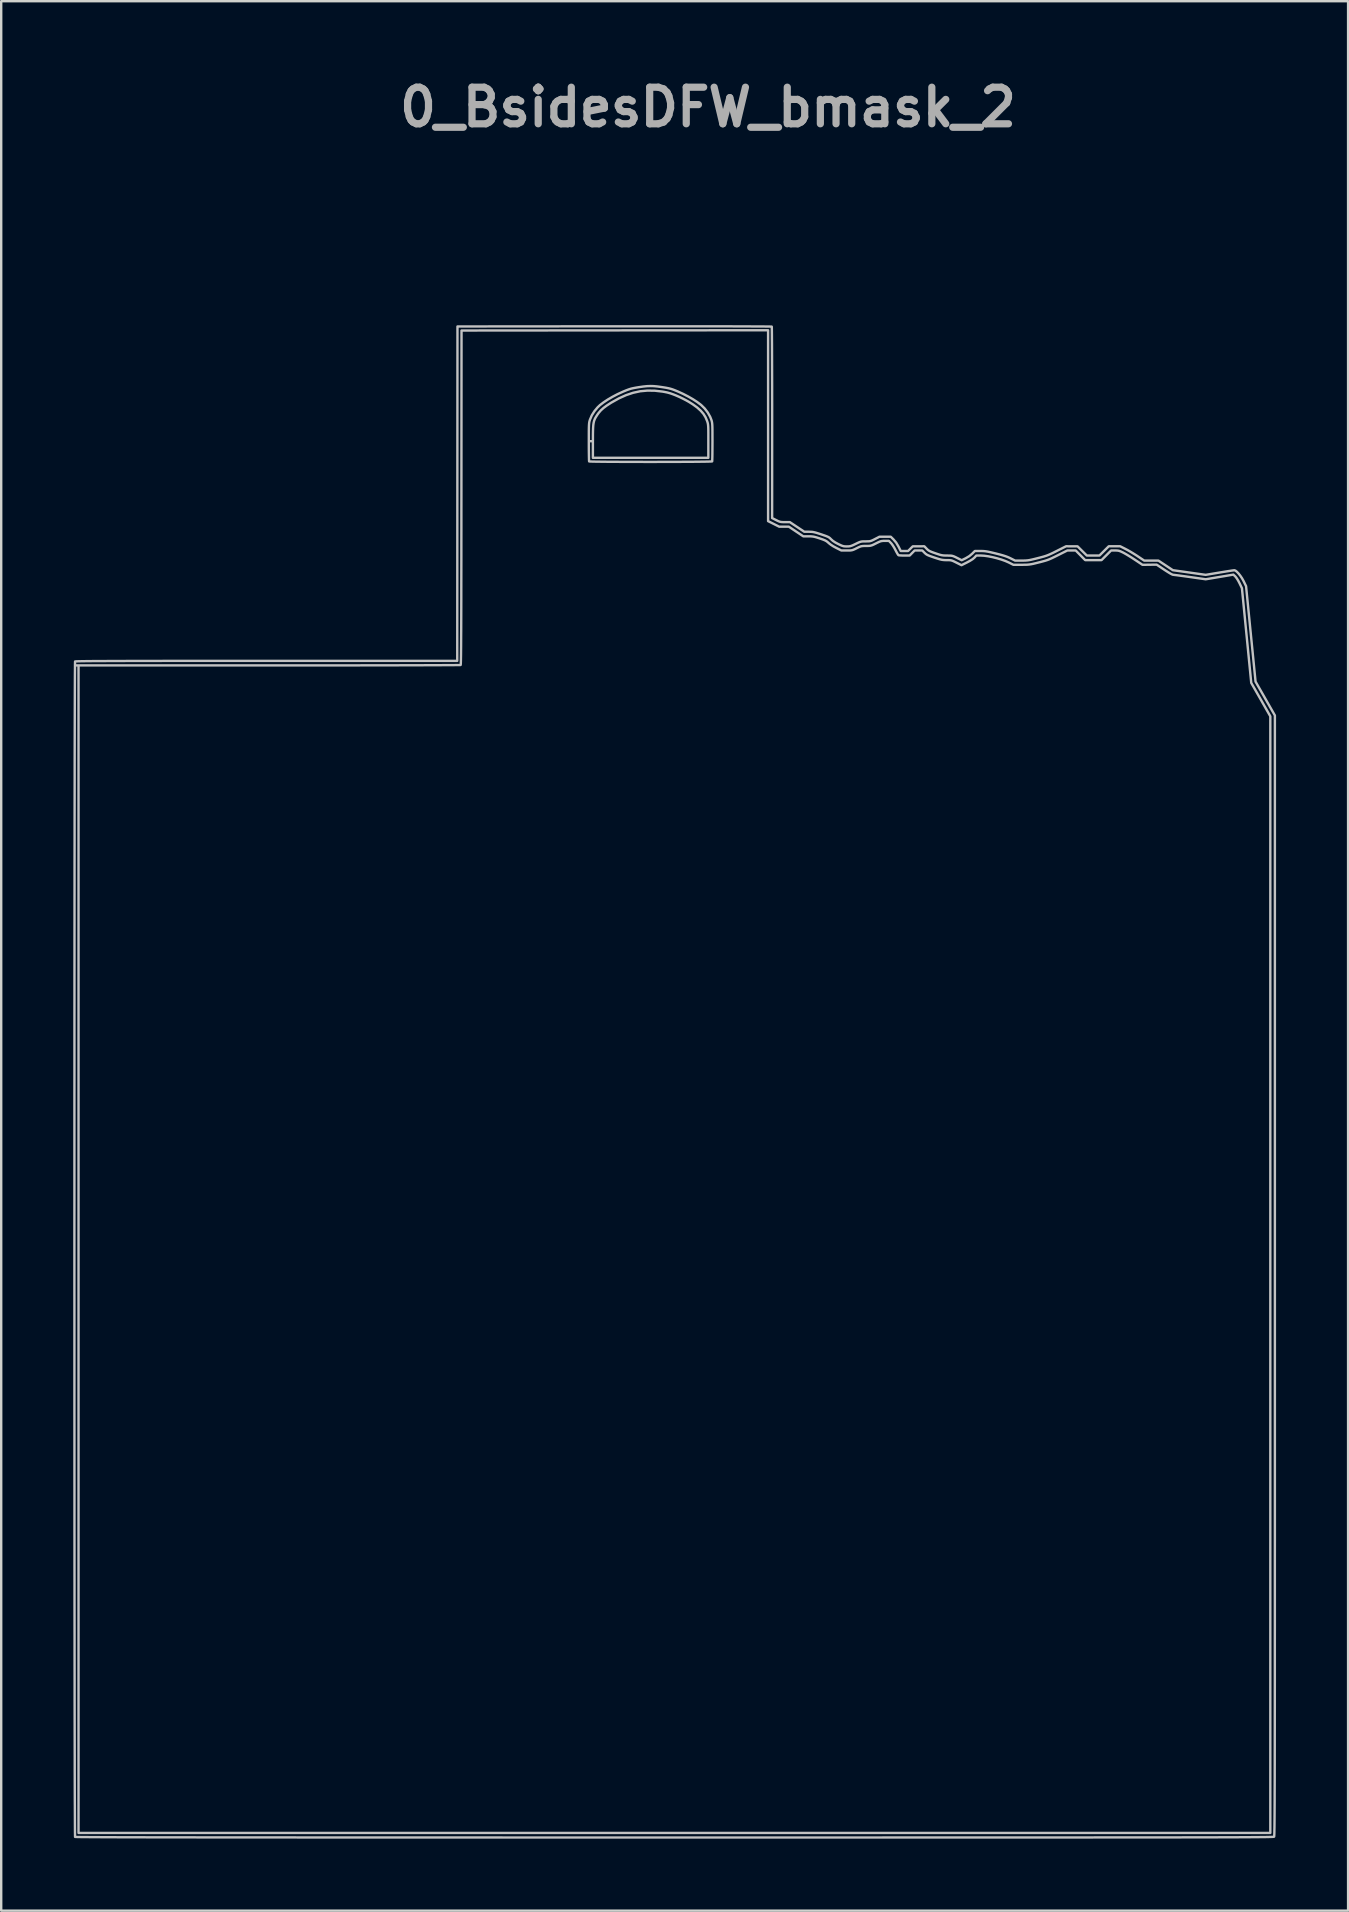
<source format=kicad_pcb>
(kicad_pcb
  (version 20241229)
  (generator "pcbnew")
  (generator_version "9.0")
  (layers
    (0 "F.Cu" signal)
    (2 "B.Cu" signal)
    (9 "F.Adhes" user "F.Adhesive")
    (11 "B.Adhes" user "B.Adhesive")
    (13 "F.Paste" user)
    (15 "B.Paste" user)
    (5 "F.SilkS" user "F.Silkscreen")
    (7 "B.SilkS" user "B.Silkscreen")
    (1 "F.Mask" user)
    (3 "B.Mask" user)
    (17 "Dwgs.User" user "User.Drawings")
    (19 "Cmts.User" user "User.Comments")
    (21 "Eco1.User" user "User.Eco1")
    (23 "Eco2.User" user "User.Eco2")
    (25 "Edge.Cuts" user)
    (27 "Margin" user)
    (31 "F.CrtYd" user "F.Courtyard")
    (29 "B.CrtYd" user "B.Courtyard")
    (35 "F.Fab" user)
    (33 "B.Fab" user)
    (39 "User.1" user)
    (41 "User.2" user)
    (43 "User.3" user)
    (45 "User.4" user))
  (footprint "0_BsidesDFW_bmask_2"
    (layer "F.Cu")
    (at 25.052 42.018)
    (property "Reference" "0_BsidesDFW_bmask_2" (at 1.4 -40.6 0) (layer "F.Fab") (effects (font (size 1.524 1.524) (thickness 0.3))))
    (attr board_only exclude_from_pos_files exclude_from_bom)
    (fp_poly (pts (xy 11.366 -18.604) (xy 11.414 -18.603) (xy 11.424 -18.603) (xy 11.423 -18.581) (xy 11.415 -18.521) (xy 11.402 -18.428) (xy 11.384 -18.306) (xy 11.362 -18.158) (xy 11.336 -17.989) (xy 11.307 -17.803) (xy 11.276 -17.605) (xy 11.245 -17.406) (xy 11.216 -17.22) (xy 11.19 -17.051) (xy 11.168 -16.904) (xy 11.15 -16.781) (xy 11.137 -16.688) (xy 11.129 -16.629) (xy 11.128 -16.607) (xy 11.149 -16.608) (xy 11.206 -16.613) (xy 11.29 -16.623) (xy 11.395 -16.635) (xy 11.514 -16.65) (xy 11.639 -16.666) (xy 11.765 -16.682) (xy 11.883 -16.697) (xy 11.986 -16.711) (xy 12.069 -16.723) (xy 12.123 -16.732) (xy 12.142 -16.736) (xy 12.151 -16.755) (xy 12.177 -16.809) (xy 12.217 -16.892) (xy 12.27 -17.002) (xy 12.334 -17.135) (xy 12.407 -17.286) (xy 12.486 -17.452) (xy 12.542 -17.568) (xy 12.643 -17.777) (xy 12.727 -17.949) (xy 12.796 -18.089) (xy 12.852 -18.197) (xy 12.894 -18.277) (xy 12.926 -18.331) (xy 12.948 -18.362) (xy 12.961 -18.371) (xy 12.965 -18.37) (xy 12.978 -18.349) (xy 13.009 -18.296) (xy 13.055 -18.215) (xy 13.115 -18.111) (xy 13.185 -17.988) (xy 13.262 -17.852) (xy 13.345 -17.707) (xy 13.43 -17.557) (xy 13.515 -17.406) (xy 13.598 -17.26) (xy 13.675 -17.124) (xy 13.744 -17) (xy 13.803 -16.895) (xy 13.849 -16.813) (xy 13.879 -16.758) (xy 13.89 -16.737) (xy 13.911 -16.733) (xy 13.969 -16.726) (xy 14.059 -16.714) (xy 14.178 -16.698) (xy 14.32 -16.68) (xy 14.482 -16.66) (xy 14.657 -16.638) (xy 14.683 -16.634) (xy 14.861 -16.612) (xy 15.024 -16.592) (xy 15.17 -16.573) (xy 15.292 -16.557) (xy 15.387 -16.545) (xy 15.45 -16.536) (xy 15.477 -16.532) (xy 15.477 -16.532) (xy 15.496 -16.505) (xy 15.533 -16.45) (xy 15.582 -16.374) (xy 15.64 -16.281) (xy 15.704 -16.18) (xy 15.769 -16.077) (xy 15.83 -15.976) (xy 15.885 -15.886) (xy 15.93 -15.813) (xy 15.959 -15.762) (xy 15.97 -15.74) (xy 15.97 -15.74) (xy 15.956 -15.72) (xy 15.916 -15.673) (xy 15.854 -15.602) (xy 15.773 -15.513) (xy 15.676 -15.407) (xy 15.566 -15.29) (xy 15.479 -15.198) (xy 15.348 -15.059) (xy 15.234 -14.935) (xy 15.14 -14.829) (xy 15.067 -14.745) (xy 15.018 -14.684) (xy 14.995 -14.65) (xy 14.994 -14.645) (xy 14.998 -14.617) (xy 15.008 -14.553) (xy 15.024 -14.454) (xy 15.044 -14.327) (xy 15.069 -14.174) (xy 15.097 -13.999) (xy 15.128 -13.808) (xy 15.16 -13.603) (xy 15.169 -13.547) (xy 15.202 -13.341) (xy 15.233 -13.148) (xy 15.26 -12.971) (xy 15.284 -12.815) (xy 15.304 -12.684) (xy 15.319 -12.581) (xy 15.328 -12.511) (xy 15.331 -12.478) (xy 15.331 -12.476) (xy 15.311 -12.483) (xy 15.256 -12.508) (xy 15.172 -12.547) (xy 15.06 -12.601) (xy 14.925 -12.667) (xy 14.77 -12.743) (xy 14.599 -12.827) (xy 14.415 -12.918) (xy 14.361 -12.945) (xy 13.402 -13.423) (xy 11.833 -12.603) (xy 10.263 -11.782) (xy 9.89 -10.295) (xy 9.828 -10.051) (xy 9.77 -9.817) (xy 9.715 -9.598) (xy 9.664 -9.396) (xy 9.619 -9.216) (xy 9.58 -9.06) (xy 9.548 -8.932) (xy 9.524 -8.835) (xy 9.509 -8.773) (xy 9.503 -8.75) (xy 9.49 -8.692) (xy 12.858 -8.692) (xy 13.306 -8.692) (xy 13.714 -8.692) (xy 14.087 -8.692) (xy 14.428 -8.692) (xy 14.739 -8.693) (xy 15.025 -8.694) (xy 15.288 -8.695) (xy 15.532 -8.696) (xy 15.76 -8.698) (xy 15.976 -8.7) (xy 16.182 -8.702) (xy 16.383 -8.705) (xy 16.58 -8.708) (xy 16.778 -8.712) (xy 16.98 -8.716) (xy 17.19 -8.721) (xy 17.409 -8.727) (xy 17.643 -8.733) (xy 17.893 -8.74) (xy 18.163 -8.748) (xy 18.403 -8.755) (xy 20.579 -8.819) (xy 21.385 -8.651) (xy 22.19 -8.484) (xy 22.63 -8.23) (xy 22.773 -8.146) (xy 22.886 -8.078) (xy 22.977 -8.021) (xy 23.053 -7.968) (xy 23.12 -7.916) (xy 23.186 -7.86) (xy 23.258 -7.793) (xy 23.305 -7.748) (xy 23.542 -7.521) (xy 23.575 -4.715) (xy 23.608 -1.909) (xy 23.201 -0.791) (xy 22.67 -0.211) (xy 22.139 0.369) (xy 21.929 0.447) (xy 21.841 0.48) (xy 21.724 0.522) (xy 21.589 0.571) (xy 21.445 0.623) (xy 21.307 0.673) (xy 21.162 0.725) (xy 20.99 0.787) (xy 20.804 0.855) (xy 20.617 0.923) (xy 20.441 0.987) (xy 20.39 1.006) (xy 19.883 1.192) (xy 18.333 1.192) (xy 18.233 1.192) (xy 18.093 1.192) (xy 17.912 1.192) (xy 17.693 1.192) (xy 17.436 1.192) (xy 17.142 1.192) (xy 16.813 1.192) (xy 16.45 1.191) (xy 16.053 1.191) (xy 15.625 1.191) (xy 15.165 1.191) (xy 14.676 1.191) (xy 14.157 1.19) (xy 13.612 1.19) (xy 13.039 1.19) (xy 12.442 1.189) (xy 11.82 1.189) (xy 11.175 1.189) (xy 10.508 1.188) (xy 9.82 1.188) (xy 9.113 1.187) (xy 8.387 1.187) (xy 7.643 1.186) (xy 6.883 1.186) (xy 6.108 1.186) (xy 5.318 1.185) (xy 4.516 1.185) (xy 3.702 1.184) (xy 2.877 1.184) (xy 2.042 1.183) (xy 1.199 1.182) (xy 0.348 1.182) (xy -0.137 1.182) (xy -17.056 1.171) (xy -17.731 1.035) (xy -18.407 0.898) (xy -19.181 0.444) (xy -19.955 -0.011) (xy -21.248 -1.35) (xy -22.542 -2.69) (xy -23.905 -5.533) (xy -24.073 -6.504) (xy -24.241 -7.476) (xy -24.052 -8.5) (xy -23.996 -8.8) (xy -23.934 -9.135) (xy -23.867 -9.502) (xy -23.794 -9.894) (xy -23.718 -10.307) (xy -23.639 -10.735) (xy -23.558 -11.174) (xy -23.476 -11.618) (xy -23.394 -12.061) (xy -23.313 -12.499) (xy -23.235 -12.926) (xy -23.159 -13.338) (xy -23.087 -13.728) (xy -23.02 -14.092) (xy -22.958 -14.425) (xy -22.946 -14.493) (xy -22.707 -15.791) (xy -20.417 -15.796) (xy -18.127 -15.801) (xy -17.563 -15.685) (xy -16.998 -15.569) (xy -16.584 -15.354) (xy -16.449 -15.284) (xy -16.344 -15.227) (xy -16.26 -15.18) (xy -16.192 -15.136) (xy -16.13 -15.091) (xy -16.067 -15.038) (xy -15.995 -14.973) (xy -15.907 -14.89) (xy -15.896 -14.88) (xy -15.622 -14.62) (xy -15.379 -14.62) (xy -15.284 -14.619) (xy -15.157 -14.618) (xy -15.008 -14.615) (xy -14.849 -14.612) (xy -14.691 -14.608) (xy -14.651 -14.607) (xy -14.166 -14.595) (xy -13.829 -14.857) (xy -13.703 -14.953) (xy -13.587 -15.037) (xy -13.472 -15.115) (xy -13.347 -15.193) (xy -13.205 -15.276) (xy -13.036 -15.372) (xy -13.006 -15.388) (xy -12.521 -15.657) (xy -11.751 -15.92) (xy -10.981 -16.183) (xy -10.253 -16.279) (xy -9.525 -16.375) (xy -8.702 -16.308) (xy -7.879 -16.24) (xy -7.215 -16.042) (xy -6.55 -15.843) (xy -4.028 -15.843) (xy -4.039 -16.682) (xy -4.042 -16.892) (xy -4.046 -17.11) (xy -4.049 -17.328) (xy -4.053 -17.538) (xy -4.056 -17.73) (xy -4.059 -17.896) (xy -4.062 -18.009) (xy -4.072 -18.497) (xy -3.455 -18.509) (xy -3.38 -18.511) (xy -3.267 -18.512) (xy -3.118 -18.514) (xy -2.934 -18.515) (xy -2.719 -18.517) (xy -2.472 -18.52) (xy -2.197 -18.522) (xy -1.896 -18.524) (xy -1.569 -18.527) (xy -1.218 -18.529) (xy -0.847 -18.532) (xy -0.456 -18.535) (xy -0.047 -18.538) (xy 0.378 -18.541) (xy 0.817 -18.544) (xy 1.268 -18.547) (xy 1.73 -18.55) (xy 2.2 -18.553) (xy 2.676 -18.556) (xy 3.158 -18.56) (xy 3.643 -18.563) (xy 4.129 -18.566) (xy 4.614 -18.569) (xy 5.097 -18.572) (xy 5.575 -18.575) (xy 6.048 -18.578) (xy 6.512 -18.58) (xy 6.967 -18.583) (xy 7.41 -18.586) (xy 7.84 -18.588) (xy 8.254 -18.591) (xy 8.651 -18.593) (xy 9.029 -18.595) (xy 9.387 -18.597) (xy 9.722 -18.598) (xy 10.032 -18.6) (xy 10.316 -18.601) (xy 10.572 -18.602) (xy 10.798 -18.603) (xy 10.992 -18.604) (xy 11.153 -18.604) (xy 11.278 -18.604)) (stroke (width 0) (type solid)) (fill yes) (layer "B.Mask"))
    (fp_poly (pts (xy -0.861 -28.979) (xy -0.706 -28.964) (xy -0.526 -28.939) (xy -0.491 -28.934) (xy -0.355 -28.912) (xy -0.248 -28.891) (xy -0.157 -28.868) (xy -0.068 -28.84) (xy 0.033 -28.801) (xy 0.147 -28.754) (xy 0.359 -28.657) (xy 0.571 -28.548) (xy 0.771 -28.433) (xy 0.951 -28.316) (xy 1.1 -28.203) (xy 1.116 -28.19) (xy 1.262 -28.046) (xy 1.389 -27.879) (xy 1.489 -27.702) (xy 1.536 -27.583) (xy 1.549 -27.544) (xy 1.559 -27.506) (xy 1.567 -27.466) (xy 1.573 -27.418) (xy 1.578 -27.358) (xy 1.581 -27.28) (xy 1.583 -27.181) (xy 1.584 -27.055) (xy 1.584 -26.897) (xy 1.585 -26.703) (xy 1.585 -26.65) (xy 1.584 -26.471) (xy 1.583 -26.306) (xy 1.582 -26.158) (xy 1.58 -26.034) (xy 1.577 -25.936) (xy 1.575 -25.871) (xy 1.572 -25.843) (xy 1.571 -25.843) (xy 1.549 -25.84) (xy 1.487 -25.837) (xy 1.39 -25.834) (xy 1.26 -25.832) (xy 1.1 -25.83) (xy 0.913 -25.828) (xy 0.704 -25.826) (xy 0.474 -25.825) (xy 0.227 -25.824) (xy -0.034 -25.823) (xy -0.306 -25.822) (xy -0.585 -25.822) (xy -0.869 -25.821) (xy -1.154 -25.821) (xy -1.437 -25.822) (xy -1.716 -25.822) (xy -1.986 -25.823) (xy -2.245 -25.824) (xy -2.49 -25.825) (xy -2.717 -25.826) (xy -2.924 -25.828) (xy -3.107 -25.83) (xy -3.262 -25.832) (xy -3.388 -25.834) (xy -3.481 -25.837) (xy -3.537 -25.84) (xy -3.554 -25.842) (xy -3.557 -25.867) (xy -3.56 -25.93) (xy -3.561 -25.991) (xy -3.397 -25.991) (xy 1.413 -25.991) (xy 1.413 -26.683) (xy 1.413 -26.873) (xy 1.413 -27.026) (xy 1.412 -27.147) (xy 1.41 -27.241) (xy 1.406 -27.314) (xy 1.401 -27.371) (xy 1.394 -27.417) (xy 1.384 -27.457) (xy 1.372 -27.497) (xy 1.362 -27.526) (xy 1.297 -27.68) (xy 1.209 -27.823) (xy 1.093 -27.957) (xy 0.947 -28.089) (xy 0.766 -28.22) (xy 0.594 -28.328) (xy 0.475 -28.394) (xy 0.334 -28.467) (xy 0.189 -28.536) (xy 0.063 -28.591) (xy -0.072 -28.644) (xy -0.186 -28.683) (xy -0.295 -28.713) (xy -0.413 -28.737) (xy -0.501 -28.752) (xy -0.822 -28.789) (xy -1.129 -28.793) (xy -1.426 -28.765) (xy -1.719 -28.702) (xy -2.013 -28.604) (xy -2.313 -28.469) (xy -2.623 -28.296) (xy -2.651 -28.279) (xy -2.819 -28.17) (xy -2.955 -28.069) (xy -3.064 -27.97) (xy -3.155 -27.865) (xy -3.206 -27.795) (xy -3.254 -27.721) (xy -3.294 -27.655) (xy -3.325 -27.592) (xy -3.349 -27.525) (xy -3.367 -27.449) (xy -3.38 -27.36) (xy -3.388 -27.252) (xy -3.393 -27.119) (xy -3.396 -26.957) (xy -3.396 -26.759) (xy -3.397 -26.683) (xy -3.397 -25.991) (xy -3.561 -25.991) (xy -3.562 -26.025) (xy -3.564 -26.148) (xy -3.566 -26.294) (xy -3.567 -26.458) (xy -3.567 -26.636) (xy -3.567 -26.649) (xy -3.567 -26.853) (xy -3.567 -27.019) (xy -3.566 -27.152) (xy -3.564 -27.258) (xy -3.561 -27.341) (xy -3.557 -27.405) (xy -3.551 -27.455) (xy -3.544 -27.497) (xy -3.534 -27.535) (xy -3.522 -27.574) (xy -3.519 -27.583) (xy -3.443 -27.76) (xy -3.334 -27.934) (xy -3.2 -28.095) (xy -3.1 -28.19) (xy -2.954 -28.301) (xy -2.778 -28.418) (xy -2.58 -28.534) (xy -2.37 -28.644) (xy -2.158 -28.741) (xy -2.126 -28.755) (xy -2.003 -28.806) (xy -1.902 -28.843) (xy -1.812 -28.872) (xy -1.717 -28.894) (xy -1.605 -28.915) (xy -1.491 -28.934) (xy -1.305 -28.961) (xy -1.148 -28.977) (xy -1.004 -28.983)) (stroke (width 0.1) (type solid)) (fill no) (layer "Dwgs.User"))
    (fp_poly (pts (xy -0.012 -31.471) (xy 0.44 -31.471) (xy 0.873 -31.471) (xy 1.286 -31.47) (xy 1.676 -31.47) (xy 2.043 -31.469) (xy 2.385 -31.469) (xy 2.699 -31.468) (xy 2.985 -31.467) (xy 3.241 -31.466) (xy 3.464 -31.465) (xy 3.655 -31.464) (xy 3.81 -31.463) (xy 3.929 -31.462) (xy 4.01 -31.46) (xy 4.05 -31.459) (xy 4.055 -31.458) (xy 4.057 -31.436) (xy 4.059 -31.373) (xy 4.06 -31.273) (xy 4.062 -31.136) (xy 4.063 -30.965) (xy 4.065 -30.763) (xy 4.066 -30.53) (xy 4.067 -30.27) (xy 4.068 -29.985) (xy 4.069 -29.676) (xy 4.07 -29.345) (xy 4.071 -28.995) (xy 4.071 -28.627) (xy 4.072 -28.244) (xy 4.072 -27.848) (xy 4.072 -27.461) (xy 4.071 -23.481) (xy 4.24 -23.396) (xy 4.321 -23.356) (xy 4.384 -23.331) (xy 4.442 -23.318) (xy 4.511 -23.313) (xy 4.607 -23.311) (xy 4.811 -23.311) (xy 5.111 -23.111) (xy 5.411 -22.911) (xy 5.601 -22.911) (xy 5.677 -22.909) (xy 5.744 -22.905) (xy 5.809 -22.894) (xy 5.884 -22.876) (xy 5.979 -22.847) (xy 6.102 -22.807) (xy 6.114 -22.803) (xy 6.237 -22.761) (xy 6.327 -22.729) (xy 6.392 -22.702) (xy 6.44 -22.676) (xy 6.477 -22.648) (xy 6.512 -22.614) (xy 6.526 -22.599) (xy 6.601 -22.532) (xy 6.703 -22.465) (xy 6.823 -22.401) (xy 6.919 -22.355) (xy 6.991 -22.325) (xy 7.049 -22.308) (xy 7.107 -22.301) (xy 7.178 -22.299) (xy 7.183 -22.299) (xy 7.254 -22.3) (xy 7.311 -22.307) (xy 7.369 -22.323) (xy 7.438 -22.351) (xy 7.53 -22.394) (xy 7.55 -22.404) (xy 7.645 -22.45) (xy 7.714 -22.48) (xy 7.771 -22.498) (xy 7.829 -22.507) (xy 7.899 -22.51) (xy 7.967 -22.51) (xy 8.06 -22.511) (xy 8.128 -22.515) (xy 8.184 -22.528) (xy 8.244 -22.551) (xy 8.322 -22.589) (xy 8.356 -22.607) (xy 8.545 -22.704) (xy 9.013 -22.704) (xy 9.128 -22.591) (xy 9.24 -22.458) (xy 9.337 -22.294) (xy 9.43 -22.109) (xy 9.735 -22.109) (xy 9.931 -22.303) (xy 10.172 -22.304) (xy 10.413 -22.305) (xy 10.507 -22.207) (xy 10.549 -22.165) (xy 10.591 -22.132) (xy 10.642 -22.103) (xy 10.71 -22.073) (xy 10.805 -22.038) (xy 10.874 -22.014) (xy 10.989 -21.975) (xy 11.075 -21.948) (xy 11.146 -21.932) (xy 11.214 -21.923) (xy 11.29 -21.92) (xy 11.365 -21.919) (xy 11.464 -21.918) (xy 11.535 -21.914) (xy 11.593 -21.903) (xy 11.652 -21.882) (xy 11.727 -21.847) (xy 11.776 -21.822) (xy 11.97 -21.725) (xy 12.134 -21.805) (xy 12.288 -21.896) (xy 12.408 -21.997) (xy 12.519 -22.109) (xy 12.746 -22.109) (xy 12.829 -22.108) (xy 12.904 -22.104) (xy 12.98 -22.095) (xy 13.064 -22.081) (xy 13.166 -22.059) (xy 13.294 -22.029) (xy 13.393 -22.005) (xy 13.561 -21.962) (xy 13.695 -21.924) (xy 13.805 -21.889) (xy 13.899 -21.853) (xy 13.985 -21.814) (xy 14.005 -21.804) (xy 14.197 -21.708) (xy 14.466 -21.709) (xy 14.564 -21.71) (xy 14.645 -21.713) (xy 14.719 -21.719) (xy 14.797 -21.731) (xy 14.887 -21.75) (xy 14.999 -21.776) (xy 15.137 -21.811) (xy 15.277 -21.847) (xy 15.389 -21.878) (xy 15.485 -21.908) (xy 15.573 -21.941) (xy 15.665 -21.981) (xy 15.772 -22.031) (xy 15.904 -22.097) (xy 15.928 -22.109) (xy 16.318 -22.305) (xy 16.558 -22.304) (xy 16.798 -22.303) (xy 17.184 -21.919) (xy 17.71 -21.919) (xy 17.903 -22.112) (xy 18.097 -22.305) (xy 18.336 -22.305) (xy 18.575 -22.305) (xy 18.795 -22.194) (xy 18.895 -22.141) (xy 19.016 -22.071) (xy 19.144 -21.993) (xy 19.266 -21.916) (xy 19.295 -21.896) (xy 19.576 -21.708) (xy 20.168 -21.708) (xy 20.469 -21.509) (xy 20.769 -21.309) (xy 22.136 -21.115) (xy 22.712 -21.211) (xy 22.865 -21.236) (xy 23.005 -21.259) (xy 23.128 -21.278) (xy 23.227 -21.294) (xy 23.296 -21.303) (xy 23.33 -21.307) (xy 23.331 -21.307) (xy 23.379 -21.29) (xy 23.44 -21.241) (xy 23.51 -21.167) (xy 23.582 -21.075) (xy 23.651 -20.972) (xy 23.712 -20.863) (xy 23.719 -20.848) (xy 23.819 -20.643) (xy 24.214 -16.668) (xy 24.617 -15.963) (xy 25.02 -15.257) (xy 25.02 8.087) (xy 25.02 9.288) (xy 25.02 10.447) (xy 25.02 11.566) (xy 25.02 12.644) (xy 25.02 13.684) (xy 25.02 14.685) (xy 25.02 15.647) (xy 25.02 16.573) (xy 25.02 17.462) (xy 25.02 18.316) (xy 25.02 19.135) (xy 25.019 19.919) (xy 25.019 20.67) (xy 25.019 21.388) (xy 25.019 22.074) (xy 25.019 22.728) (xy 25.018 23.352) (xy 25.018 23.946) (xy 25.018 24.51) (xy 25.018 25.047) (xy 25.017 25.555) (xy 25.017 26.036) (xy 25.016 26.491) (xy 25.016 26.92) (xy 25.015 27.325) (xy 25.015 27.705) (xy 25.014 28.062) (xy 25.014 28.396) (xy 25.013 28.708) (xy 25.013 28.999) (xy 25.012 29.269) (xy 25.011 29.519) (xy 25.01 29.75) (xy 25.01 29.963) (xy 25.009 30.158) (xy 25.008 30.336) (xy 25.007 30.498) (xy 25.006 30.644) (xy 25.005 30.775) (xy 25.004 30.893) (xy 25.003 30.997) (xy 25.002 31.088) (xy 25 31.167) (xy 24.999 31.236) (xy 24.998 31.293) (xy 24.997 31.341) (xy 24.995 31.38) (xy 24.994 31.411) (xy 24.992 31.433) (xy 24.991 31.449) (xy 24.989 31.459) (xy 24.987 31.464) (xy 24.987 31.464) (xy 24.983 31.465) (xy 24.973 31.467) (xy 24.958 31.468) (xy 24.935 31.47) (xy 24.905 31.471) (xy 24.867 31.473) (xy 24.82 31.474) (xy 24.764 31.475) (xy 24.697 31.477) (xy 24.619 31.478) (xy 24.529 31.479) (xy 24.428 31.48) (xy 24.313 31.481) (xy 24.184 31.482) (xy 24.041 31.483) (xy 23.882 31.484) (xy 23.708 31.485) (xy 23.518 31.486) (xy 23.31 31.487) (xy 23.084 31.487) (xy 22.839 31.488) (xy 22.575 31.489) (xy 22.291 31.489) (xy 21.987 31.49) (xy 21.661 31.491) (xy 21.312 31.491) (xy 20.941 31.492) (xy 20.547 31.492) (xy 20.128 31.493) (xy 19.684 31.493) (xy 19.215 31.493) (xy 18.72 31.494) (xy 18.197 31.494) (xy 17.647 31.494) (xy 17.068 31.495) (xy 16.46 31.495) (xy 15.823 31.495) (xy 15.155 31.495) (xy 14.455 31.496) (xy 13.724 31.496) (xy 12.961 31.496) (xy 12.164 31.496) (xy 11.333 31.496) (xy 10.467 31.496) (xy 9.566 31.496) (xy 8.629 31.497) (xy 7.655 31.497) (xy 6.644 31.497) (xy 5.595 31.497) (xy 4.507 31.497) (xy 3.379 31.497) (xy 2.211 31.497) (xy 1.002 31.497) (xy 0.003 31.497) (xy -1.289 31.497) (xy -2.538 31.497) (xy -3.747 31.497) (xy -4.915 31.497) (xy -6.043 31.497) (xy -7.132 31.497) (xy -8.182 31.496) (xy -9.194 31.496) (xy -10.169 31.496) (xy -11.106 31.496) (xy -12.006 31.496) (xy -12.871 31.495) (xy -13.701 31.495) (xy -14.495 31.495) (xy -15.256 31.495) (xy -15.982 31.494) (xy -16.676 31.494) (xy -17.337 31.493) (xy -17.966 31.493) (xy -18.564 31.493) (xy -19.131 31.492) (xy -19.667 31.492) (xy -20.174 31.491) (xy -20.652 31.491) (xy -21.102 31.49) (xy -21.523 31.489) (xy -21.917 31.489) (xy -22.284 31.488) (xy -22.625 31.487) (xy -22.94 31.486) (xy -23.23 31.486) (xy -23.496 31.485) (xy -23.737 31.484) (xy -23.955 31.483) (xy -24.15 31.482) (xy -24.323 31.481) (xy -24.475 31.48) (xy -24.605 31.479) (xy -24.714 31.478) (xy -24.804 31.477) (xy -24.874 31.476) (xy -24.925 31.474) (xy -24.958 31.473) (xy -24.973 31.472) (xy -24.974 31.472) (xy -24.975 31.449) (xy -24.976 31.386) (xy -24.977 31.307) (xy -24.83 31.307) (xy 24.83 31.307) (xy 24.83 -15.22) (xy 24.433 -15.917) (xy 24.035 -16.613) (xy 23.841 -18.586) (xy 23.647 -20.558) (xy 23.548 -20.764) (xy 23.492 -20.872) (xy 23.434 -20.966) (xy 23.383 -21.035) (xy 23.371 -21.048) (xy 23.291 -21.125) (xy 22.715 -21.028) (xy 22.138 -20.931) (xy 21.485 -21.024) (xy 21.322 -21.047) (xy 21.17 -21.068) (xy 21.035 -21.086) (xy 20.923 -21.101) (xy 20.84 -21.111) (xy 20.79 -21.117) (xy 20.78 -21.117) (xy 20.743 -21.129) (xy 20.676 -21.163) (xy 20.586 -21.217) (xy 20.476 -21.286) (xy 20.411 -21.329) (xy 20.094 -21.541) (xy 19.504 -21.533) (xy 19.187 -21.744) (xy 19.07 -21.821) (xy 18.95 -21.896) (xy 18.838 -21.964) (xy 18.744 -22.018) (xy 18.697 -22.043) (xy 18.609 -22.085) (xy 18.543 -22.111) (xy 18.483 -22.125) (xy 18.413 -22.13) (xy 18.359 -22.13) (xy 18.195 -22.13) (xy 17.796 -21.729) (xy 17.115 -21.729) (xy 16.918 -21.93) (xy 16.721 -22.13) (xy 16.369 -22.13) (xy 15.974 -21.931) (xy 15.837 -21.863) (xy 15.727 -21.81) (xy 15.633 -21.768) (xy 15.547 -21.735) (xy 15.456 -21.705) (xy 15.351 -21.676) (xy 15.223 -21.642) (xy 15.189 -21.634) (xy 15.052 -21.6) (xy 14.945 -21.574) (xy 14.859 -21.557) (xy 14.782 -21.546) (xy 14.706 -21.539) (xy 14.618 -21.536) (xy 14.509 -21.535) (xy 14.46 -21.535) (xy 14.121 -21.535) (xy 13.93 -21.631) (xy 13.791 -21.692) (xy 13.624 -21.752) (xy 13.442 -21.806) (xy 13.254 -21.853) (xy 13.072 -21.889) (xy 12.908 -21.912) (xy 12.783 -21.919) (xy 12.578 -21.919) (xy 12.502 -21.835) (xy 12.428 -21.771) (xy 12.313 -21.698) (xy 12.194 -21.634) (xy 11.962 -21.518) (xy 11.751 -21.624) (xy 11.658 -21.67) (xy 11.59 -21.7) (xy 11.533 -21.718) (xy 11.476 -21.726) (xy 11.406 -21.729) (xy 11.345 -21.729) (xy 11.266 -21.73) (xy 11.199 -21.735) (xy 11.133 -21.745) (xy 11.059 -21.763) (xy 10.966 -21.791) (xy 10.844 -21.831) (xy 10.832 -21.835) (xy 10.709 -21.877) (xy 10.619 -21.91) (xy 10.553 -21.938) (xy 10.504 -21.965) (xy 10.464 -21.995) (xy 10.426 -22.031) (xy 10.421 -22.036) (xy 10.328 -22.13) (xy 10.009 -22.13) (xy 9.905 -22.025) (xy 9.801 -21.919) (xy 9.579 -21.919) (xy 9.484 -21.921) (xy 9.405 -21.925) (xy 9.351 -21.93) (xy 9.333 -21.935) (xy 9.314 -21.96) (xy 9.282 -22.013) (xy 9.241 -22.088) (xy 9.209 -22.151) (xy 9.157 -22.247) (xy 9.101 -22.338) (xy 9.048 -22.413) (xy 9.023 -22.441) (xy 8.936 -22.531) (xy 8.771 -22.531) (xy 8.696 -22.53) (xy 8.637 -22.524) (xy 8.581 -22.51) (xy 8.517 -22.484) (xy 8.433 -22.444) (xy 8.396 -22.425) (xy 8.304 -22.379) (xy 8.236 -22.349) (xy 8.179 -22.332) (xy 8.122 -22.323) (xy 8.051 -22.32) (xy 7.985 -22.32) (xy 7.891 -22.319) (xy 7.823 -22.314) (xy 7.765 -22.302) (xy 7.704 -22.278) (xy 7.624 -22.24) (xy 7.595 -22.225) (xy 7.51 -22.183) (xy 7.446 -22.156) (xy 7.391 -22.14) (xy 7.329 -22.132) (xy 7.248 -22.13) (xy 7.182 -22.13) (xy 6.957 -22.13) (xy 6.744 -22.237) (xy 6.622 -22.303) (xy 6.514 -22.373) (xy 6.431 -22.438) (xy 6.424 -22.445) (xy 6.374 -22.489) (xy 6.325 -22.524) (xy 6.266 -22.555) (xy 6.189 -22.586) (xy 6.084 -22.623) (xy 6.054 -22.633) (xy 5.94 -22.67) (xy 5.852 -22.695) (xy 5.779 -22.71) (xy 5.706 -22.718) (xy 5.622 -22.721) (xy 5.58 -22.721) (xy 5.369 -22.721) (xy 5.069 -22.921) (xy 4.768 -23.122) (xy 4.366 -23.122) (xy 4.135 -23.238) (xy 3.903 -23.354) (xy 3.903 -31.307) (xy -2.484 -31.302) (xy -8.871 -31.296) (xy -8.876 -24.336) (xy -8.877 -23.67) (xy -8.877 -23.046) (xy -8.878 -22.462) (xy -8.878 -21.916) (xy -8.879 -21.408) (xy -8.88 -20.936) (xy -8.881 -20.499) (xy -8.881 -20.097) (xy -8.882 -19.727) (xy -8.883 -19.39) (xy -8.884 -19.083) (xy -8.885 -18.806) (xy -8.887 -18.557) (xy -8.888 -18.335) (xy -8.889 -18.139) (xy -8.891 -17.968) (xy -8.892 -17.821) (xy -8.894 -17.697) (xy -8.896 -17.593) (xy -8.898 -17.511) (xy -8.9 -17.447) (xy -8.902 -17.402) (xy -8.905 -17.373) (xy -8.907 -17.36) (xy -8.908 -17.359) (xy -8.931 -17.357) (xy -8.994 -17.356) (xy -9.097 -17.355) (xy -9.238 -17.354) (xy -9.414 -17.353) (xy -9.626 -17.352) (xy -9.872 -17.351) (xy -10.149 -17.35) (xy -10.456 -17.349) (xy -10.793 -17.348) (xy -11.158 -17.347) (xy -11.548 -17.346) (xy -11.963 -17.345) (xy -12.401 -17.345) (xy -12.861 -17.344) (xy -13.342 -17.343) (xy -13.841 -17.343) (xy -14.357 -17.342) (xy -14.89 -17.342) (xy -15.436 -17.342) (xy -15.996 -17.342) (xy -16.567 -17.342) (xy -16.882 -17.342) (xy -24.83 -17.341) (xy -24.83 31.307) (xy -24.977 31.307) (xy -24.978 31.282) (xy -24.979 31.139) (xy -24.98 30.959) (xy -24.981 30.741) (xy -24.982 30.486) (xy -24.983 30.197) (xy -24.985 29.874) (xy -24.986 29.517) (xy -24.987 29.129) (xy -24.988 28.709) (xy -24.988 28.26) (xy -24.989 27.781) (xy -24.99 27.274) (xy -24.991 26.741) (xy -24.992 26.181) (xy -24.993 25.596) (xy -24.993 24.988) (xy -24.994 24.356) (xy -24.995 23.703) (xy -24.995 23.028) (xy -24.996 22.334) (xy -24.997 21.62) (xy -24.997 20.889) (xy -24.998 20.141) (xy -24.998 19.377) (xy -24.999 18.598) (xy -24.999 17.806) (xy -24.999 17) (xy -25 16.183) (xy -25 15.355) (xy -25 14.517) (xy -25.001 13.67) (xy -25.001 12.816) (xy -25.001 11.954) (xy -25.001 11.087) (xy -25.001 10.216) (xy -25.001 9.34) (xy -25.002 8.462) (xy -25.002 7.582) (xy -25.002 6.702) (xy -25.002 5.821) (xy -25.001 4.942) (xy -25.001 4.066) (xy -25.001 3.193) (xy -25.001 2.324) (xy -25.001 1.46) (xy -25.001 0.603) (xy -25 -0.246) (xy -25 -1.088) (xy -25 -1.919) (xy -25 -2.741) (xy -24.999 -3.551) (xy -24.999 -4.348) (xy -24.998 -5.132) (xy -24.998 -5.901) (xy -24.997 -6.655) (xy -24.997 -7.393) (xy -24.996 -8.113) (xy -24.996 -8.814) (xy -24.995 -9.496) (xy -24.994 -10.157) (xy -24.994 -10.797) (xy -24.993 -11.414) (xy -24.992 -12.007) (xy -24.991 -12.576) (xy -24.991 -13.119) (xy -24.99 -13.636) (xy -24.989 -14.124) (xy -24.988 -14.585) (xy -24.987 -15.015) (xy -24.986 -15.415) (xy -24.985 -15.783) (xy -24.984 -16.119) (xy -24.983 -16.42) (xy -24.982 -16.687) (xy -24.981 -16.918) (xy -24.979 -17.113) (xy -24.978 -17.269) (xy -24.977 -17.387) (xy -24.976 -17.465) (xy -24.974 -17.503) (xy -24.974 -17.506) (xy -24.963 -17.508) (xy -24.933 -17.51) (xy -24.885 -17.512) (xy -24.816 -17.514) (xy -24.725 -17.516) (xy -24.613 -17.518) (xy -24.477 -17.519) (xy -24.317 -17.521) (xy -24.132 -17.522) (xy -23.92 -17.523) (xy -23.682 -17.524) (xy -23.414 -17.525) (xy -23.118 -17.526) (xy -22.791 -17.527) (xy -22.433 -17.528) (xy -22.043 -17.529) (xy -21.62 -17.529) (xy -21.162 -17.53) (xy -20.669 -17.53) (xy -20.139 -17.53) (xy -19.573 -17.531) (xy -18.968 -17.531) (xy -18.323 -17.531) (xy -17.639 -17.531) (xy -16.999 -17.531) (xy -9.05 -17.531) (xy -9.045 -24.498) (xy -9.04 -31.465) (xy -2.501 -31.471) (xy -1.978 -31.471) (xy -1.467 -31.471) (xy -0.967 -31.471) (xy -0.482 -31.471)) (stroke (width 0.1) (type solid)) (fill no) (layer "Dwgs.User")))
  (gr_rect
    (start -3 -3)
    (end 53.122 76.565)
    (stroke (width 0.1) (type default))
    (fill no)
    (layer "Edge.Cuts")))
</source>
